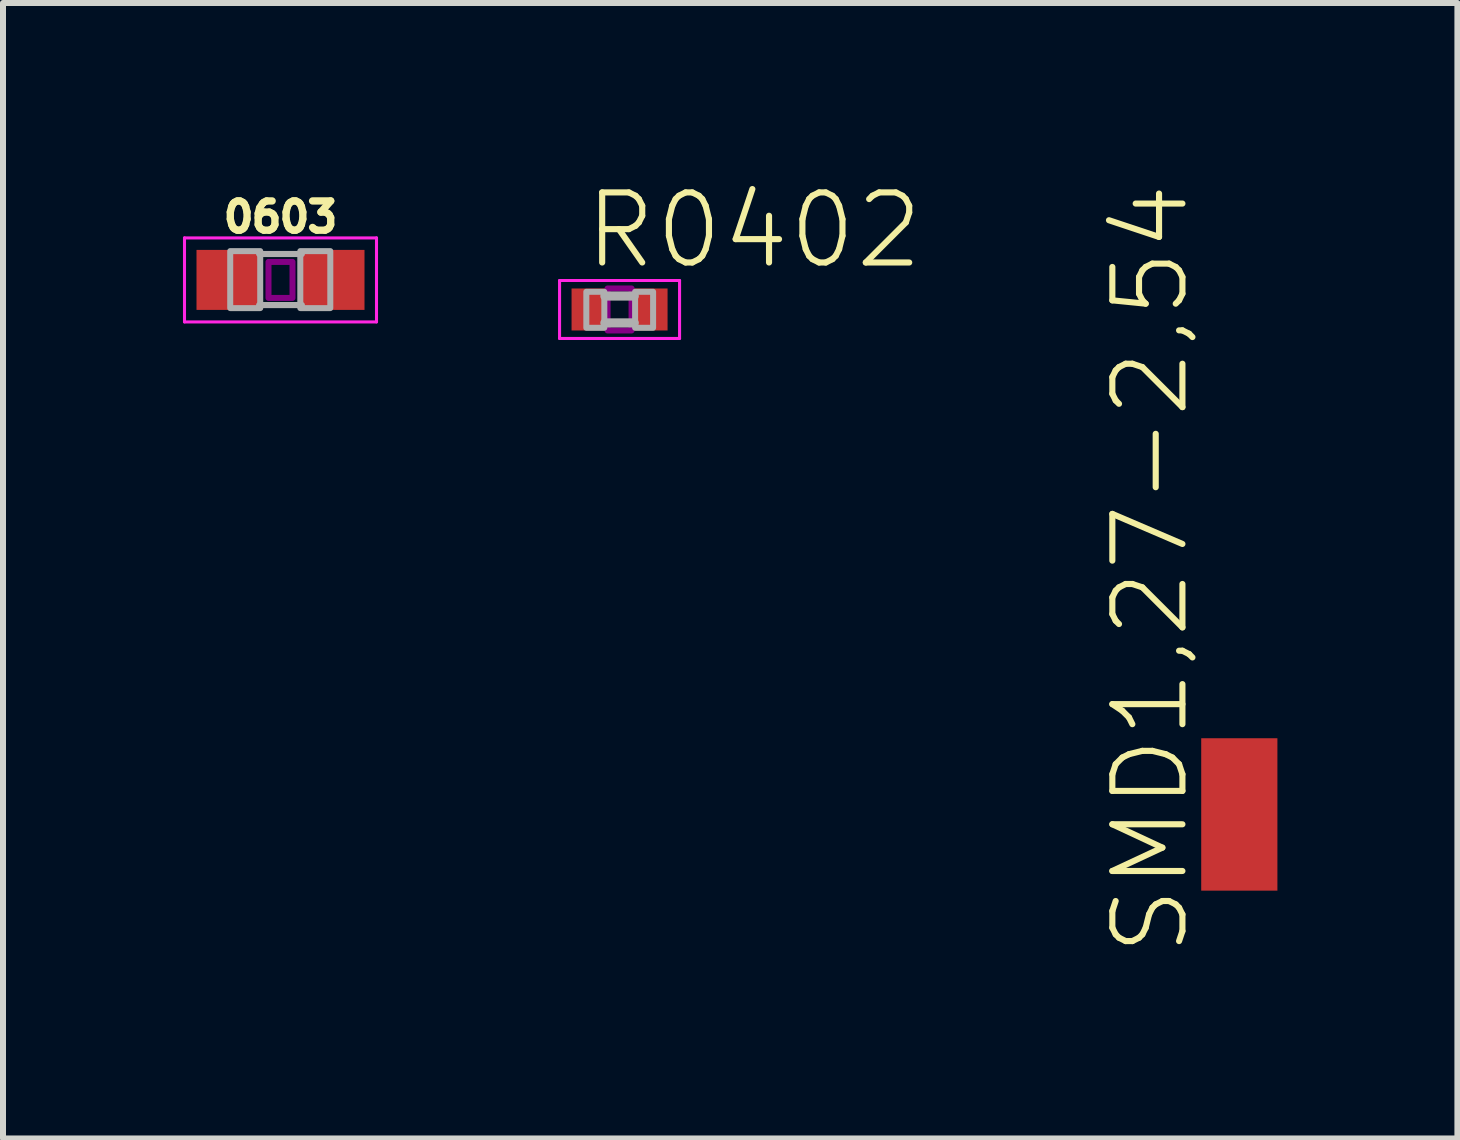
<source format=kicad_pcb>
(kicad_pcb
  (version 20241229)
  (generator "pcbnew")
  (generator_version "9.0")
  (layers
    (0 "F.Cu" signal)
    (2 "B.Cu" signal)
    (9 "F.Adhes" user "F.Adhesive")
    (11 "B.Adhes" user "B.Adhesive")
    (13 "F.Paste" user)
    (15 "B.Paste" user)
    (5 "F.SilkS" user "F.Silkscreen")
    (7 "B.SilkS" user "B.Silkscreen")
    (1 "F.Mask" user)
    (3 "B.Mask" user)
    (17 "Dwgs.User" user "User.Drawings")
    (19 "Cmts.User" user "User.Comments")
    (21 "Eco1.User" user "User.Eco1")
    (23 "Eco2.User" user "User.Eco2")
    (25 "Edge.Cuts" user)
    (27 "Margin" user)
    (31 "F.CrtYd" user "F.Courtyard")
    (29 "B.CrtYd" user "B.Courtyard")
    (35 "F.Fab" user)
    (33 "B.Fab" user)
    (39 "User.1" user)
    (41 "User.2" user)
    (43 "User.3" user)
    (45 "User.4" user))
  (footprint "SMD1,27-2,54"
    (layer "F.Cu")
    (at 17.605 10.524)
    (property "Reference" "SMD1,27-2,54" (at -0.8 2.4 90) (layer "F.SilkS") (effects (font (size 1.168 1.168) (thickness 0.102)) (justify left bottom)))
    (pad "1" smd rect (at 0 0) (size 1.27 2.54) (layers "F.Cu" "F.Mask" "F.Paste")))
  (footprint "R0402"
    (layer "F.Cu")
    (at 7.276 2.108)
    (property "Reference" "R0402" (at -0.635 -0.635 0) (layer "F.SilkS") (effects (font (size 1.168 1.168) (thickness 0.102)) (justify left bottom)))
    (fp_poly (pts (xy -0.2 0.35) (xy 0.2 0.35) (xy 0.2 -0.35) (xy -0.2 -0.35)) (stroke (width 0.1) (type solid)) (fill no) (layer "F.Adhes"))
    (fp_line (start -1 -0.483) (end 1 -0.483) (stroke (width 0.051) (type solid)) (layer "F.CrtYd"))
    (fp_line (start -1 0.483) (end -1 -0.483) (stroke (width 0.051) (type solid)) (layer "F.CrtYd"))
    (fp_line (start 1 -0.483) (end 1 0.483) (stroke (width 0.051) (type solid)) (layer "F.CrtYd"))
    (fp_line (start 1 0.483) (end -1 0.483) (stroke (width 0.051) (type solid)) (layer "F.CrtYd"))
    (fp_line (start -0.245 -0.224) (end 0.245 -0.224) (stroke (width 0.152) (type solid)) (layer "F.Fab"))
    (fp_line (start 0.245 0.224) (end -0.245 0.224) (stroke (width 0.152) (type solid)) (layer "F.Fab"))
    (fp_poly (pts (xy -0.554 0.305) (xy -0.254 0.305) (xy -0.254 -0.295) (xy -0.554 -0.295)) (stroke (width 0.1) (type solid)) (fill no) (layer "F.Fab"))
    (fp_poly (pts (xy 0.259 0.305) (xy 0.559 0.305) (xy 0.559 -0.295) (xy 0.259 -0.295)) (stroke (width 0.1) (type solid)) (fill no) (layer "F.Fab"))
    (pad "1" smd rect (at -0.5 0) (size 0.6 0.7) (layers "F.Cu" "F.Mask" "F.Paste"))
    (pad "2" smd rect (at 0.5 0) (size 0.6 0.7) (layers "F.Cu" "F.Mask" "F.Paste")))
  (footprint "0603"
    (layer "F.Cu")
    (at 1.625 1.615)
    (property "Reference" "0603" (at 0 -0.762 0) (layer "F.SilkS") (effects (font (size 0.488 0.488) (thickness 0.122)) (justify bottom)))
    (fp_poly (pts (xy -0.2 0.3) (xy 0.2 0.3) (xy 0.2 -0.3) (xy -0.2 -0.3)) (stroke (width 0.1) (type solid)) (fill no) (layer "F.Adhes"))
    (fp_line (start -1.6 -0.7) (end 1.6 -0.7) (stroke (width 0.051) (type solid)) (layer "F.CrtYd"))
    (fp_line (start -1.6 0.7) (end -1.6 -0.7) (stroke (width 0.051) (type solid)) (layer "F.CrtYd"))
    (fp_line (start 1.6 -0.7) (end 1.6 0.7) (stroke (width 0.051) (type solid)) (layer "F.CrtYd"))
    (fp_line (start 1.6 0.7) (end -1.6 0.7) (stroke (width 0.051) (type solid)) (layer "F.CrtYd"))
    (fp_line (start -0.356 -0.432) (end 0.356 -0.432) (stroke (width 0.102) (type solid)) (layer "F.Fab"))
    (fp_line (start -0.356 0.419) (end 0.356 0.419) (stroke (width 0.102) (type solid)) (layer "F.Fab"))
    (fp_poly (pts (xy -0.838 0.47) (xy -0.338 0.47) (xy -0.338 -0.48) (xy -0.838 -0.48)) (stroke (width 0.1) (type solid)) (fill no) (layer "F.Fab"))
    (fp_poly (pts (xy 0.33 0.47) (xy 0.83 0.47) (xy 0.83 -0.48) (xy 0.33 -0.48)) (stroke (width 0.1) (type solid)) (fill no) (layer "F.Fab"))
    (pad "1" smd rect (at -0.85 0) (size 1.1 1) (layers "F.Cu" "F.Mask" "F.Paste"))
    (pad "2" smd rect (at 0.85 0) (size 1.1 1) (layers "F.Cu" "F.Mask" "F.Paste")))
  (gr_rect
    (start -3 -3)
    (end 21.24 15.924)
    (stroke (width 0.1) (type default))
    (fill no)
    (layer "Edge.Cuts")))
</source>
